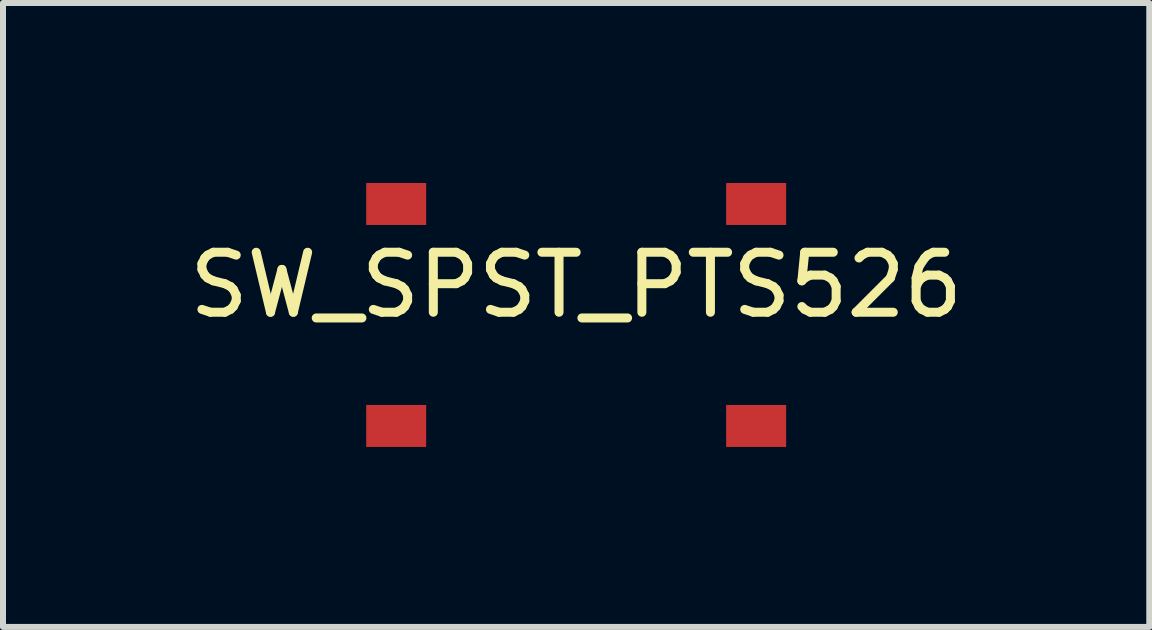
<source format=kicad_pcb>
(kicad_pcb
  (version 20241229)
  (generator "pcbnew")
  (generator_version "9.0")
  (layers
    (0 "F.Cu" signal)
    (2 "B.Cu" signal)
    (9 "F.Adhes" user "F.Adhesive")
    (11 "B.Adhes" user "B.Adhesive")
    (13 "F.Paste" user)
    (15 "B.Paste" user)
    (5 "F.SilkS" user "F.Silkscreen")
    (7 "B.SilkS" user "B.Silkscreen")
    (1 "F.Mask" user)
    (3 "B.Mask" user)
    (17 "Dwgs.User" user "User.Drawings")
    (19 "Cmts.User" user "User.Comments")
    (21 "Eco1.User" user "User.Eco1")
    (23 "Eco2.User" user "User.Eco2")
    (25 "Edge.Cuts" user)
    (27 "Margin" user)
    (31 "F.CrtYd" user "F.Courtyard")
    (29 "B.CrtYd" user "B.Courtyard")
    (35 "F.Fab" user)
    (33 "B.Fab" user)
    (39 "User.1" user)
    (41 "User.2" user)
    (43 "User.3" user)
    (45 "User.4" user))
  (footprint "SW_SPST_PTS526"
    (layer "F.Cu")
    (at 6.554 2.2)
    (property "Reference" "SW_SPST_PTS526" (at 0 -0.5 0) (unlocked yes) (layer "F.SilkS") (effects (font (size 1 1) (thickness 0.15))))
    (attr through_hole)
    (pad "1" smd rect (at -3 -1.85) (size 1 0.7) (layers "F.Cu" "F.Mask" "F.Paste"))
    (pad "1" smd rect (at 3 -1.85) (size 1 0.7) (layers "F.Cu" "F.Mask" "F.Paste"))
    (pad "2" smd rect (at -3 1.85) (size 1 0.7) (layers "F.Cu" "F.Mask" "F.Paste"))
    (pad "2" smd rect (at 3 1.85) (size 1 0.7) (layers "F.Cu" "F.Mask" "F.Paste")))
  (gr_rect
    (start -3 -3)
    (end 16.107 7.4)
    (stroke (width 0.1) (type default))
    (fill no)
    (layer "Edge.Cuts")))
</source>
